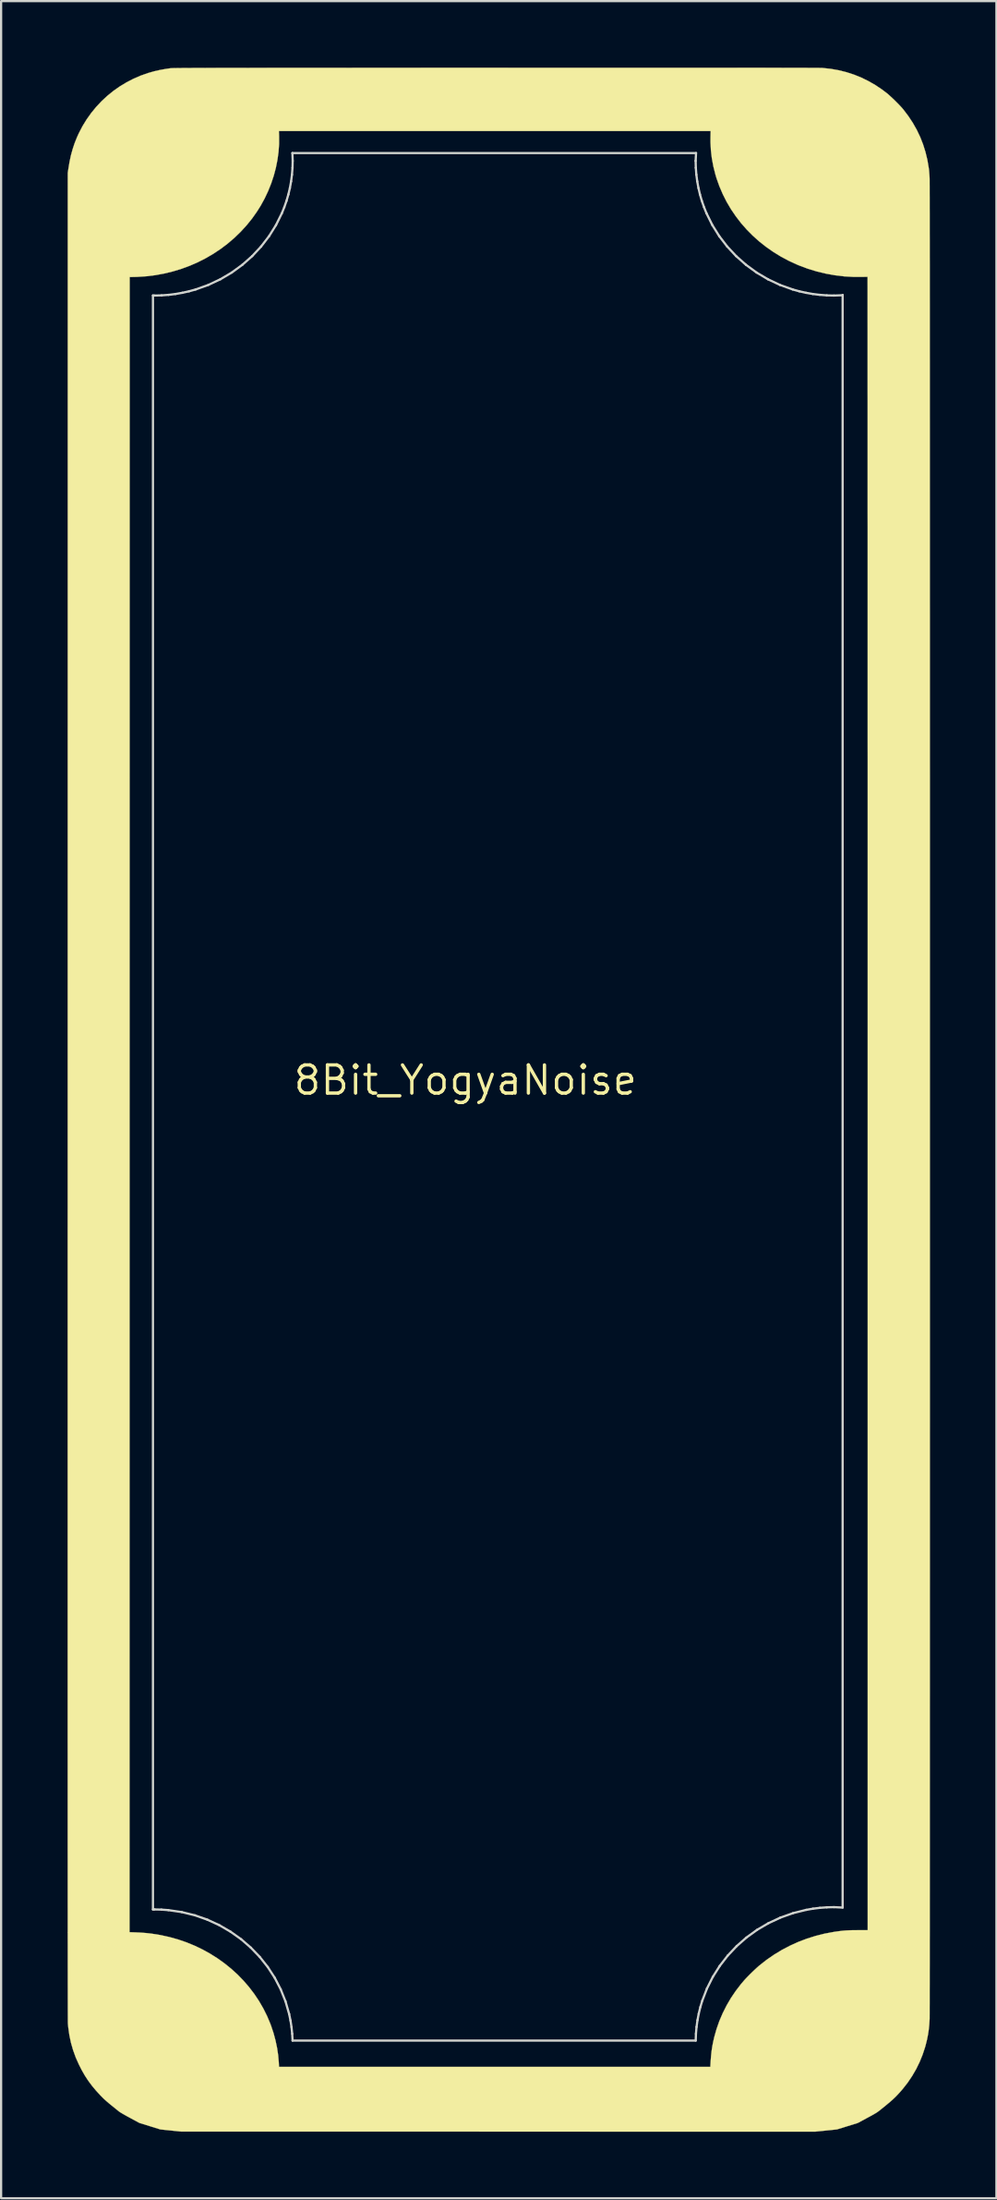
<source format=kicad_pcb>
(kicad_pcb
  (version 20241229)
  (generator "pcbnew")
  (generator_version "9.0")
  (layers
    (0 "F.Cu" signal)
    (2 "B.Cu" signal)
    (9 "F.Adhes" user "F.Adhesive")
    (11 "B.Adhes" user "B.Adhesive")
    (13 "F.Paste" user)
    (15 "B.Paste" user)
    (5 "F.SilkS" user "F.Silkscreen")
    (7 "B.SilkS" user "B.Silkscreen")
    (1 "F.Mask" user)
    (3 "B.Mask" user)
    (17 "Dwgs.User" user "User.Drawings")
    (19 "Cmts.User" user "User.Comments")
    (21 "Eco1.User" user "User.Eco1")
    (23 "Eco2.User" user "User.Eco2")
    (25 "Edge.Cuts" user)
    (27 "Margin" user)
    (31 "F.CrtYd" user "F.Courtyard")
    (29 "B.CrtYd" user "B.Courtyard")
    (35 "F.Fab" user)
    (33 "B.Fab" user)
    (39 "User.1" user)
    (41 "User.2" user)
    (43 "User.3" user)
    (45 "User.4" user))
  (footprint "8Bit_YogyaNoise"
    (layer "F.Cu")
    (at 17.961 45.672)
    (property "Reference" "8Bit_YogyaNoise" (at 0 0 0) (layer "F.SilkS") (effects (font (size 1.27 1.27) (thickness 0.15))))
    (attr through_hole)
    (fp_poly (pts (xy 8.292 -45.667) (xy 8.852 -45.667) (xy 9.389 -45.667) (xy 9.904 -45.667) (xy 10.397 -45.667) (xy 10.867 -45.667) (xy 11.315 -45.667) (xy 11.742 -45.667) (xy 12.147 -45.667) (xy 12.531 -45.666) (xy 12.894 -45.666) (xy 13.237 -45.666) (xy 13.559 -45.665) (xy 13.86 -45.665) (xy 14.142 -45.665) (xy 14.404 -45.664) (xy 14.646 -45.664) (xy 14.87 -45.664) (xy 15.074 -45.663) (xy 15.259 -45.663) (xy 15.425 -45.662) (xy 15.573 -45.661) (xy 15.704 -45.661) (xy 15.816 -45.66) (xy 15.91 -45.66) (xy 15.987 -45.659) (xy 16.047 -45.658) (xy 16.09 -45.658) (xy 16.116 -45.657) (xy 16.123 -45.656) (xy 16.489 -45.617) (xy 16.848 -45.554) (xy 17.199 -45.467) (xy 17.542 -45.356) (xy 17.875 -45.221) (xy 18.199 -45.062) (xy 18.514 -44.881) (xy 18.818 -44.676) (xy 19.025 -44.519) (xy 19.099 -44.457) (xy 19.184 -44.38) (xy 19.278 -44.293) (xy 19.376 -44.2) (xy 19.473 -44.103) (xy 19.566 -44.009) (xy 19.651 -43.919) (xy 19.723 -43.839) (xy 19.767 -43.787) (xy 19.993 -43.49) (xy 20.195 -43.184) (xy 20.374 -42.869) (xy 20.529 -42.545) (xy 20.66 -42.211) (xy 20.768 -41.867) (xy 20.854 -41.513) (xy 20.916 -41.149) (xy 20.923 -41.095) (xy 20.93 -41.03) (xy 20.937 -40.946) (xy 20.944 -40.853) (xy 20.951 -40.756) (xy 20.955 -40.669) (xy 20.955 -40.649) (xy 20.956 -40.604) (xy 20.956 -40.534) (xy 20.956 -40.439) (xy 20.957 -40.321) (xy 20.957 -40.179) (xy 20.957 -40.014) (xy 20.958 -39.826) (xy 20.958 -39.616) (xy 20.958 -39.384) (xy 20.959 -39.129) (xy 20.959 -38.854) (xy 20.959 -38.557) (xy 20.959 -38.24) (xy 20.96 -37.902) (xy 20.96 -37.545) (xy 20.96 -37.168) (xy 20.961 -36.771) (xy 20.961 -36.356) (xy 20.961 -35.923) (xy 20.961 -35.471) (xy 20.962 -35.002) (xy 20.962 -34.515) (xy 20.962 -34.011) (xy 20.962 -33.491) (xy 20.962 -32.954) (xy 20.963 -32.402) (xy 20.963 -31.834) (xy 20.963 -31.25) (xy 20.963 -30.652) (xy 20.963 -30.04) (xy 20.964 -29.413) (xy 20.964 -28.773) (xy 20.964 -28.119) (xy 20.964 -27.452) (xy 20.964 -26.773) (xy 20.965 -26.082) (xy 20.965 -25.378) (xy 20.965 -24.663) (xy 20.965 -23.937) (xy 20.965 -23.2) (xy 20.965 -22.453) (xy 20.965 -21.695) (xy 20.966 -20.928) (xy 20.966 -20.152) (xy 20.966 -19.366) (xy 20.966 -18.572) (xy 20.966 -17.77) (xy 20.966 -16.96) (xy 20.966 -16.142) (xy 20.966 -15.318) (xy 20.966 -14.486) (xy 20.967 -13.648) (xy 20.967 -12.804) (xy 20.967 -11.954) (xy 20.967 -11.099) (xy 20.967 -10.239) (xy 20.967 -9.375) (xy 20.967 -8.506) (xy 20.967 -7.633) (xy 20.967 -6.757) (xy 20.967 -5.878) (xy 20.967 -4.996) (xy 20.967 -4.112) (xy 20.967 -3.225) (xy 20.967 -2.337) (xy 20.967 -1.448) (xy 20.967 -0.557) (xy 20.967 0.334) (xy 20.967 1.225) (xy 20.967 2.116) (xy 20.967 3.006) (xy 20.967 3.896) (xy 20.967 4.784) (xy 20.967 5.671) (xy 20.967 6.555) (xy 20.967 7.438) (xy 20.967 8.317) (xy 20.967 9.194) (xy 20.967 10.067) (xy 20.967 10.936) (xy 20.967 11.802) (xy 20.967 12.662) (xy 20.967 13.518) (xy 20.967 14.368) (xy 20.967 15.213) (xy 20.966 16.052) (xy 20.966 16.884) (xy 20.966 17.71) (xy 20.966 18.528) (xy 20.966 19.34) (xy 20.966 20.143) (xy 20.966 20.938) (xy 20.966 21.725) (xy 20.966 22.502) (xy 20.965 23.271) (xy 20.965 24.029) (xy 20.965 24.778) (xy 20.965 25.516) (xy 20.965 26.244) (xy 20.965 26.96) (xy 20.965 27.665) (xy 20.964 28.358) (xy 20.964 29.039) (xy 20.964 29.707) (xy 20.964 30.363) (xy 20.964 31.005) (xy 20.964 31.633) (xy 20.963 32.248) (xy 20.963 32.848) (xy 20.963 33.433) (xy 20.963 34.003) (xy 20.963 34.557) (xy 20.962 35.096) (xy 20.962 35.619) (xy 20.962 36.125) (xy 20.962 36.614) (xy 20.961 37.085) (xy 20.961 37.539) (xy 20.961 37.975) (xy 20.961 38.393) (xy 20.96 38.791) (xy 20.96 39.171) (xy 20.96 39.531) (xy 20.96 39.871) (xy 20.959 40.191) (xy 20.959 40.49) (xy 20.959 40.769) (xy 20.958 41.026) (xy 20.958 41.261) (xy 20.958 41.474) (xy 20.958 41.665) (xy 20.957 41.833) (xy 20.957 41.978) (xy 20.957 42.099) (xy 20.956 42.197) (xy 20.956 42.27) (xy 20.956 42.319) (xy 20.955 42.342) (xy 20.955 42.343) (xy 20.94 42.594) (xy 20.916 42.827) (xy 20.882 43.051) (xy 20.838 43.272) (xy 20.782 43.499) (xy 20.749 43.618) (xy 20.638 43.954) (xy 20.504 44.283) (xy 20.347 44.603) (xy 20.168 44.911) (xy 19.969 45.207) (xy 19.75 45.487) (xy 19.648 45.606) (xy 19.576 45.685) (xy 19.511 45.756) (xy 19.448 45.822) (xy 19.385 45.884) (xy 19.32 45.946) (xy 19.249 46.01) (xy 19.171 46.079) (xy 19.081 46.154) (xy 18.979 46.239) (xy 18.86 46.336) (xy 18.802 46.382) (xy 18.743 46.43) (xy 18.692 46.47) (xy 18.647 46.504) (xy 18.604 46.536) (xy 18.559 46.566) (xy 18.51 46.596) (xy 18.453 46.629) (xy 18.386 46.668) (xy 18.304 46.713) (xy 18.204 46.767) (xy 18.144 46.799) (xy 17.715 47.031) (xy 17.243 47.177) (xy 16.771 47.322) (xy 16.282 47.372) (xy 15.792 47.422) (xy -12.833 47.419) (xy -13.773 47.322) (xy -14.719 47.029) (xy -15.148 46.797) (xy -15.263 46.735) (xy -15.368 46.676) (xy -15.46 46.624) (xy -15.536 46.579) (xy -15.595 46.542) (xy -15.635 46.516) (xy -15.646 46.507) (xy -15.679 46.48) (xy -15.727 46.441) (xy -15.786 46.393) (xy -15.85 46.341) (xy -15.907 46.296) (xy -16.014 46.209) (xy -16.106 46.134) (xy -16.184 46.067) (xy -16.254 46.005) (xy -16.32 45.945) (xy -16.384 45.882) (xy -16.452 45.813) (xy -16.477 45.788) (xy -16.681 45.566) (xy -16.864 45.346) (xy -17.03 45.122) (xy -17.182 44.89) (xy -17.323 44.643) (xy -17.448 44.398) (xy -17.592 44.075) (xy -17.71 43.749) (xy -17.806 43.417) (xy -17.878 43.078) (xy -17.928 42.728) (xy -17.945 42.545) (xy -17.945 42.532) (xy -17.946 42.504) (xy -17.946 42.462) (xy -17.947 42.404) (xy -17.947 42.332) (xy -17.947 42.244) (xy -17.948 42.141) (xy -17.948 42.023) (xy -17.949 41.889) (xy -17.949 41.738) (xy -17.949 41.572) (xy -17.95 41.39) (xy -17.95 41.192) (xy -17.95 40.976) (xy -17.951 40.745) (xy -17.951 40.496) (xy -17.951 40.231) (xy -17.952 39.948) (xy -17.952 39.648) (xy -17.952 39.33) (xy -17.952 38.995) (xy -17.953 38.642) (xy -17.953 38.426) (xy -15.164 38.426) (xy -14.9 38.435) (xy -14.648 38.447) (xy -14.411 38.465) (xy -14.182 38.491) (xy -13.951 38.525) (xy -13.76 38.558) (xy -13.361 38.646) (xy -12.971 38.755) (xy -12.591 38.885) (xy -12.222 39.037) (xy -11.865 39.208) (xy -11.52 39.399) (xy -11.189 39.608) (xy -10.872 39.835) (xy -10.57 40.079) (xy -10.284 40.339) (xy -10.015 40.616) (xy -9.764 40.907) (xy -9.531 41.213) (xy -9.318 41.532) (xy -9.125 41.865) (xy -8.953 42.21) (xy -8.803 42.566) (xy -8.769 42.659) (xy -8.661 42.983) (xy -8.573 43.312) (xy -8.503 43.644) (xy -8.454 43.973) (xy -8.426 44.294) (xy -8.424 44.326) (xy -8.416 44.501) (xy 11.057 44.501) (xy 11.072 44.237) (xy 11.089 44.011) (xy 11.111 43.802) (xy 11.141 43.6) (xy 11.179 43.398) (xy 11.227 43.186) (xy 11.233 43.161) (xy 11.337 42.793) (xy 11.464 42.431) (xy 11.616 42.077) (xy 11.79 41.732) (xy 11.985 41.398) (xy 12.203 41.076) (xy 12.44 40.767) (xy 12.586 40.596) (xy 12.66 40.515) (xy 12.748 40.423) (xy 12.845 40.325) (xy 12.947 40.225) (xy 13.049 40.128) (xy 13.146 40.038) (xy 13.233 39.96) (xy 13.272 39.927) (xy 13.595 39.673) (xy 13.933 39.44) (xy 14.285 39.227) (xy 14.65 39.036) (xy 15.025 38.866) (xy 15.412 38.719) (xy 15.807 38.595) (xy 16.211 38.493) (xy 16.622 38.416) (xy 16.726 38.4) (xy 16.857 38.382) (xy 16.975 38.368) (xy 17.086 38.356) (xy 17.194 38.348) (xy 17.306 38.342) (xy 17.427 38.338) (xy 17.561 38.336) (xy 17.715 38.335) (xy 17.732 38.335) (xy 18.161 38.335) (xy 18.161 1.053) (xy 18.161 0.079) (xy 18.161 -0.889) (xy 18.161 -1.852) (xy 18.161 -2.807) (xy 18.161 -3.756) (xy 18.161 -4.697) (xy 18.161 -5.631) (xy 18.161 -6.557) (xy 18.161 -7.475) (xy 18.161 -8.384) (xy 18.161 -9.285) (xy 18.161 -10.176) (xy 18.161 -11.059) (xy 18.161 -11.931) (xy 18.161 -12.793) (xy 18.161 -13.645) (xy 18.161 -14.487) (xy 18.16 -15.317) (xy 18.16 -16.136) (xy 18.16 -16.944) (xy 18.16 -17.739) (xy 18.16 -18.523) (xy 18.16 -19.293) (xy 18.16 -20.051) (xy 18.16 -20.796) (xy 18.16 -21.527) (xy 18.16 -22.245) (xy 18.16 -22.948) (xy 18.16 -23.637) (xy 18.16 -24.311) (xy 18.16 -24.971) (xy 18.159 -25.614) (xy 18.159 -26.242) (xy 18.159 -26.854) (xy 18.159 -27.45) (xy 18.159 -28.029) (xy 18.159 -28.592) (xy 18.159 -29.136) (xy 18.159 -29.664) (xy 18.159 -30.173) (xy 18.159 -30.665) (xy 18.158 -31.137) (xy 18.158 -31.591) (xy 18.158 -32.026) (xy 18.158 -32.442) (xy 18.158 -32.837) (xy 18.158 -33.213) (xy 18.158 -33.568) (xy 18.158 -33.902) (xy 18.157 -34.216) (xy 18.157 -34.508) (xy 18.157 -34.778) (xy 18.157 -35.027) (xy 18.157 -35.253) (xy 18.157 -35.456) (xy 18.157 -35.637) (xy 18.157 -35.794) (xy 18.156 -35.928) (xy 18.156 -36.039) (xy 18.156 -36.124) (xy 18.156 -36.186) (xy 18.156 -36.223) (xy 18.156 -36.234) (xy 18.142 -36.236) (xy 18.107 -36.236) (xy 18.056 -36.236) (xy 17.992 -36.234) (xy 17.943 -36.233) (xy 17.521 -36.233) (xy 17.1 -36.257) (xy 16.682 -36.307) (xy 16.269 -36.381) (xy 15.861 -36.479) (xy 15.46 -36.601) (xy 15.067 -36.748) (xy 14.954 -36.795) (xy 14.586 -36.965) (xy 14.231 -37.155) (xy 13.891 -37.365) (xy 13.566 -37.592) (xy 13.258 -37.836) (xy 12.967 -38.097) (xy 12.694 -38.373) (xy 12.439 -38.664) (xy 12.204 -38.97) (xy 11.988 -39.288) (xy 11.792 -39.62) (xy 11.619 -39.963) (xy 11.467 -40.316) (xy 11.337 -40.68) (xy 11.286 -40.851) (xy 11.193 -41.218) (xy 11.125 -41.583) (xy 11.082 -41.948) (xy 11.064 -42.313) (xy 11.065 -42.523) (xy 11.071 -42.812) (xy -8.42 -42.812) (xy -8.412 -42.58) (xy -8.412 -42.227) (xy -8.437 -41.871) (xy -8.486 -41.514) (xy -8.557 -41.157) (xy -8.651 -40.802) (xy -8.767 -40.452) (xy -8.905 -40.108) (xy -9.063 -39.773) (xy -9.241 -39.448) (xy -9.405 -39.186) (xy -9.634 -38.862) (xy -9.883 -38.555) (xy -10.15 -38.264) (xy -10.434 -37.99) (xy -10.734 -37.734) (xy -11.049 -37.496) (xy -11.378 -37.277) (xy -11.721 -37.077) (xy -12.075 -36.897) (xy -12.441 -36.737) (xy -12.818 -36.598) (xy -13.203 -36.481) (xy -13.597 -36.385) (xy -13.998 -36.311) (xy -14.406 -36.261) (xy -14.819 -36.234) (xy -14.973 -36.23) (xy -15.157 -36.227) (xy -15.161 1.1) (xy -15.164 38.426) (xy -17.953 38.426) (xy -17.953 38.271) (xy -17.953 37.882) (xy -17.953 37.475) (xy -17.954 37.049) (xy -17.954 36.604) (xy -17.954 36.141) (xy -17.954 35.659) (xy -17.954 35.158) (xy -17.955 34.637) (xy -17.955 34.097) (xy -17.955 33.538) (xy -17.955 32.958) (xy -17.955 32.359) (xy -17.955 31.74) (xy -17.955 31.1) (xy -17.955 30.44) (xy -17.956 29.76) (xy -17.956 29.058) (xy -17.956 28.336) (xy -17.956 27.593) (xy -17.956 26.829) (xy -17.956 26.043) (xy -17.956 25.235) (xy -17.956 24.406) (xy -17.956 23.555) (xy -17.956 22.682) (xy -17.956 21.787) (xy -17.956 20.87) (xy -17.956 19.93) (xy -17.956 18.967) (xy -17.956 17.981) (xy -17.956 16.973) (xy -17.956 15.941) (xy -17.956 14.886) (xy -17.956 13.808) (xy -17.956 12.705) (xy -17.956 11.579) (xy -17.956 10.429) (xy -17.956 9.255) (xy -17.956 8.057) (xy -17.956 6.834) (xy -17.955 5.586) (xy -17.955 4.314) (xy -17.955 3.016) (xy -17.955 1.694) (xy -17.955 0.718) (xy -17.951 -40.926) (xy -17.923 -41.116) (xy -17.871 -41.425) (xy -17.809 -41.716) (xy -17.733 -41.991) (xy -17.645 -42.257) (xy -17.541 -42.518) (xy -17.451 -42.716) (xy -17.285 -43.035) (xy -17.098 -43.339) (xy -16.891 -43.629) (xy -16.666 -43.903) (xy -16.424 -44.16) (xy -16.165 -44.401) (xy -15.89 -44.623) (xy -15.601 -44.826) (xy -15.298 -45.009) (xy -14.983 -45.171) (xy -14.657 -45.312) (xy -14.32 -45.43) (xy -14.037 -45.51) (xy -13.799 -45.564) (xy -13.549 -45.609) (xy -13.341 -45.64) (xy -13.332 -45.641) (xy -13.321 -45.642) (xy -13.308 -45.643) (xy -13.293 -45.644) (xy -13.275 -45.645) (xy -13.255 -45.646) (xy -13.231 -45.647) (xy -13.202 -45.648) (xy -13.17 -45.649) (xy -13.132 -45.649) (xy -13.09 -45.65) (xy -13.041 -45.651) (xy -12.987 -45.652) (xy -12.926 -45.653) (xy -12.858 -45.653) (xy -12.782 -45.654) (xy -12.698 -45.654) (xy -12.607 -45.655) (xy -12.506 -45.656) (xy -12.396 -45.656) (xy -12.277 -45.657) (xy -12.147 -45.657) (xy -12.007 -45.658) (xy -11.856 -45.658) (xy -11.694 -45.659) (xy -11.519 -45.659) (xy -11.333 -45.659) (xy -11.134 -45.66) (xy -10.921 -45.66) (xy -10.695 -45.661) (xy -10.455 -45.661) (xy -10.201 -45.661) (xy -9.931 -45.661) (xy -9.647 -45.662) (xy -9.346 -45.662) (xy -9.03 -45.662) (xy -8.696 -45.663) (xy -8.346 -45.663) (xy -7.978 -45.663) (xy -7.592 -45.663) (xy -7.188 -45.664) (xy -6.764 -45.664) (xy -6.322 -45.664) (xy -5.86 -45.664) (xy -5.378 -45.664) (xy -4.875 -45.665) (xy -4.351 -45.665) (xy -3.806 -45.665) (xy -3.238 -45.665) (xy -2.649 -45.665) (xy -2.036 -45.665) (xy -1.401 -45.666) (xy -0.742 -45.666) (xy -0.058 -45.666) (xy 0.65 -45.666) (xy 1.382 -45.666) (xy 1.384 -45.666) (xy 2.186 -45.667) (xy 2.962 -45.667) (xy 3.713 -45.667) (xy 4.439 -45.667) (xy 5.141 -45.667) (xy 5.819 -45.667) (xy 6.472 -45.667) (xy 7.102 -45.667) (xy 7.709 -45.667) (xy 8.292 -45.667)) (stroke (width 0.01) (type solid)) (fill yes) (layer "F.SilkS"))
    (fp_line (start -14.106 -35.396) (end -14.106 37.403) (stroke (width 0.1) (type solid)) (layer "Edge.Cuts"))
    (fp_line (start -14.106 37.403) (end -14.038 37.4) (stroke (width 0.1) (type solid)) (layer "Edge.Cuts"))
    (fp_line (start -14.038 -35.392) (end -14.106 -35.396) (stroke (width 0.1) (type solid)) (layer "Edge.Cuts"))
    (fp_line (start -14.038 37.4) (end -13.723 37.408) (stroke (width 0.1) (type solid)) (layer "Edge.Cuts"))
    (fp_line (start -13.723 37.408) (end -13.412 37.431) (stroke (width 0.1) (type solid)) (layer "Edge.Cuts"))
    (fp_line (start -13.717 -35.4) (end -14.038 -35.392) (stroke (width 0.1) (type solid)) (layer "Edge.Cuts"))
    (fp_line (start -13.412 37.431) (end -12.803 37.52) (stroke (width 0.1) (type solid)) (layer "Edge.Cuts"))
    (fp_line (start -13.4 -35.423) (end -13.717 -35.4) (stroke (width 0.1) (type solid)) (layer "Edge.Cuts"))
    (fp_line (start -13.088 -35.462) (end -13.4 -35.423) (stroke (width 0.1) (type solid)) (layer "Edge.Cuts"))
    (fp_line (start -12.803 37.52) (end -12.214 37.665) (stroke (width 0.1) (type solid)) (layer "Edge.Cuts"))
    (fp_line (start -12.78 -35.516) (end -13.088 -35.462) (stroke (width 0.1) (type solid)) (layer "Edge.Cuts"))
    (fp_line (start -12.478 -35.583) (end -12.78 -35.516) (stroke (width 0.1) (type solid)) (layer "Edge.Cuts"))
    (fp_line (start -12.214 37.665) (end -11.65 37.862) (stroke (width 0.1) (type solid)) (layer "Edge.Cuts"))
    (fp_line (start -12.182 -35.665) (end -12.478 -35.583) (stroke (width 0.1) (type solid)) (layer "Edge.Cuts"))
    (fp_line (start -11.65 37.862) (end -11.111 38.11) (stroke (width 0.1) (type solid)) (layer "Edge.Cuts"))
    (fp_line (start -11.609 -35.869) (end -12.182 -35.665) (stroke (width 0.1) (type solid)) (layer "Edge.Cuts"))
    (fp_line (start -11.111 38.11) (end -10.603 38.405) (stroke (width 0.1) (type solid)) (layer "Edge.Cuts"))
    (fp_line (start -11.064 -36.125) (end -11.609 -35.869) (stroke (width 0.1) (type solid)) (layer "Edge.Cuts"))
    (fp_line (start -10.603 38.405) (end -10.126 38.744) (stroke (width 0.1) (type solid)) (layer "Edge.Cuts"))
    (fp_line (start -10.549 -36.429) (end -11.064 -36.125) (stroke (width 0.1) (type solid)) (layer "Edge.Cuts"))
    (fp_line (start -10.126 38.744) (end -9.686 39.125) (stroke (width 0.1) (type solid)) (layer "Edge.Cuts"))
    (fp_line (start -10.069 -36.779) (end -10.549 -36.429) (stroke (width 0.1) (type solid)) (layer "Edge.Cuts"))
    (fp_line (start -9.686 39.125) (end -9.284 39.544) (stroke (width 0.1) (type solid)) (layer "Edge.Cuts"))
    (fp_line (start -9.626 -37.171) (end -10.069 -36.779) (stroke (width 0.1) (type solid)) (layer "Edge.Cuts"))
    (fp_line (start -9.284 39.544) (end -8.923 39.999) (stroke (width 0.1) (type solid)) (layer "Edge.Cuts"))
    (fp_line (start -9.223 -37.603) (end -9.626 -37.171) (stroke (width 0.1) (type solid)) (layer "Edge.Cuts"))
    (fp_line (start -8.923 39.999) (end -8.607 40.486) (stroke (width 0.1) (type solid)) (layer "Edge.Cuts"))
    (fp_line (start -8.864 -38.07) (end -9.223 -37.603) (stroke (width 0.1) (type solid)) (layer "Edge.Cuts"))
    (fp_line (start -8.607 40.486) (end -8.339 41.004) (stroke (width 0.1) (type solid)) (layer "Edge.Cuts"))
    (fp_line (start -8.551 -38.571) (end -8.864 -38.07) (stroke (width 0.1) (type solid)) (layer "Edge.Cuts"))
    (fp_line (start -8.339 41.004) (end -8.122 41.548) (stroke (width 0.1) (type solid)) (layer "Edge.Cuts"))
    (fp_line (start -8.288 -39.102) (end -8.551 -38.571) (stroke (width 0.1) (type solid)) (layer "Edge.Cuts"))
    (fp_line (start -8.176 -39.378) (end -8.288 -39.102) (stroke (width 0.1) (type solid)) (layer "Edge.Cuts"))
    (fp_line (start -8.122 41.548) (end -7.958 42.117) (stroke (width 0.1) (type solid)) (layer "Edge.Cuts"))
    (fp_line (start -8.078 -39.66) (end -8.176 -39.378) (stroke (width 0.1) (type solid)) (layer "Edge.Cuts"))
    (fp_line (start -7.994 -39.948) (end -8.078 -39.66) (stroke (width 0.1) (type solid)) (layer "Edge.Cuts"))
    (fp_line (start -7.958 42.117) (end -7.897 42.41) (stroke (width 0.1) (type solid)) (layer "Edge.Cuts"))
    (fp_line (start -7.924 -40.242) (end -7.994 -39.948) (stroke (width 0.1) (type solid)) (layer "Edge.Cuts"))
    (fp_line (start -7.897 42.41) (end -7.851 42.707) (stroke (width 0.1) (type solid)) (layer "Edge.Cuts"))
    (fp_line (start -7.87 -40.541) (end -7.924 -40.242) (stroke (width 0.1) (type solid)) (layer "Edge.Cuts"))
    (fp_line (start -7.851 42.707) (end -7.82 43.01) (stroke (width 0.1) (type solid)) (layer "Edge.Cuts"))
    (fp_line (start -7.83 -40.845) (end -7.87 -40.541) (stroke (width 0.1) (type solid)) (layer "Edge.Cuts"))
    (fp_line (start -7.82 43.01) (end -7.803 43.316) (stroke (width 0.1) (type solid)) (layer "Edge.Cuts"))
    (fp_line (start -7.811 -41.818) (end -7.798 -41.467) (stroke (width 0.1) (type solid)) (layer "Edge.Cuts"))
    (fp_line (start -7.806 -41.154) (end -7.83 -40.845) (stroke (width 0.1) (type solid)) (layer "Edge.Cuts"))
    (fp_line (start -7.803 43.316) (end 10.396 43.316) (stroke (width 0.1) (type solid)) (layer "Edge.Cuts"))
    (fp_line (start -7.798 -41.467) (end -7.806 -41.154) (stroke (width 0.1) (type solid)) (layer "Edge.Cuts"))
    (fp_line (start 10.393 -41.467) (end 10.411 -41.818) (stroke (width 0.1) (type solid)) (layer "Edge.Cuts"))
    (fp_line (start 10.396 43.316) (end 10.407 43.006) (stroke (width 0.1) (type solid)) (layer "Edge.Cuts"))
    (fp_line (start 10.401 -41.154) (end 10.393 -41.467) (stroke (width 0.1) (type solid)) (layer "Edge.Cuts"))
    (fp_line (start 10.407 43.006) (end 10.434 42.699) (stroke (width 0.1) (type solid)) (layer "Edge.Cuts"))
    (fp_line (start 10.411 -41.818) (end -7.811 -41.818) (stroke (width 0.1) (type solid)) (layer "Edge.Cuts"))
    (fp_line (start 10.425 -40.845) (end 10.401 -41.154) (stroke (width 0.1) (type solid)) (layer "Edge.Cuts"))
    (fp_line (start 10.434 42.699) (end 10.476 42.398) (stroke (width 0.1) (type solid)) (layer "Edge.Cuts"))
    (fp_line (start 10.465 -40.541) (end 10.425 -40.845) (stroke (width 0.1) (type solid)) (layer "Edge.Cuts"))
    (fp_line (start 10.476 42.398) (end 10.533 42.101) (stroke (width 0.1) (type solid)) (layer "Edge.Cuts"))
    (fp_line (start 10.52 -40.242) (end 10.465 -40.541) (stroke (width 0.1) (type solid)) (layer "Edge.Cuts"))
    (fp_line (start 10.533 42.101) (end 10.604 41.809) (stroke (width 0.1) (type solid)) (layer "Edge.Cuts"))
    (fp_line (start 10.589 -39.948) (end 10.52 -40.242) (stroke (width 0.1) (type solid)) (layer "Edge.Cuts"))
    (fp_line (start 10.604 41.809) (end 10.69 41.523) (stroke (width 0.1) (type solid)) (layer "Edge.Cuts"))
    (fp_line (start 10.673 -39.66) (end 10.589 -39.948) (stroke (width 0.1) (type solid)) (layer "Edge.Cuts"))
    (fp_line (start 10.69 41.523) (end 10.903 40.97) (stroke (width 0.1) (type solid)) (layer "Edge.Cuts"))
    (fp_line (start 10.772 -39.378) (end 10.673 -39.66) (stroke (width 0.1) (type solid)) (layer "Edge.Cuts"))
    (fp_line (start 10.883 -39.102) (end 10.772 -39.378) (stroke (width 0.1) (type solid)) (layer "Edge.Cuts"))
    (fp_line (start 10.903 40.97) (end 11.167 40.444) (stroke (width 0.1) (type solid)) (layer "Edge.Cuts"))
    (fp_line (start 11.146 -38.571) (end 10.883 -39.102) (stroke (width 0.1) (type solid)) (layer "Edge.Cuts"))
    (fp_line (start 11.167 40.444) (end 11.481 39.948) (stroke (width 0.1) (type solid)) (layer "Edge.Cuts"))
    (fp_line (start 11.459 -38.07) (end 11.146 -38.571) (stroke (width 0.1) (type solid)) (layer "Edge.Cuts"))
    (fp_line (start 11.481 39.948) (end 11.841 39.484) (stroke (width 0.1) (type solid)) (layer "Edge.Cuts"))
    (fp_line (start 11.818 -37.603) (end 11.459 -38.07) (stroke (width 0.1) (type solid)) (layer "Edge.Cuts"))
    (fp_line (start 11.841 39.484) (end 12.243 39.057) (stroke (width 0.1) (type solid)) (layer "Edge.Cuts"))
    (fp_line (start 12.221 -37.171) (end 11.818 -37.603) (stroke (width 0.1) (type solid)) (layer "Edge.Cuts"))
    (fp_line (start 12.243 39.057) (end 12.685 38.669) (stroke (width 0.1) (type solid)) (layer "Edge.Cuts"))
    (fp_line (start 12.664 -36.779) (end 12.221 -37.171) (stroke (width 0.1) (type solid)) (layer "Edge.Cuts"))
    (fp_line (start 12.685 38.669) (end 13.164 38.323) (stroke (width 0.1) (type solid)) (layer "Edge.Cuts"))
    (fp_line (start 13.144 -36.429) (end 12.664 -36.779) (stroke (width 0.1) (type solid)) (layer "Edge.Cuts"))
    (fp_line (start 13.164 38.323) (end 13.677 38.022) (stroke (width 0.1) (type solid)) (layer "Edge.Cuts"))
    (fp_line (start 13.659 -36.125) (end 13.144 -36.429) (stroke (width 0.1) (type solid)) (layer "Edge.Cuts"))
    (fp_line (start 13.677 38.022) (end 14.219 37.769) (stroke (width 0.1) (type solid)) (layer "Edge.Cuts"))
    (fp_line (start 14.204 -35.869) (end 13.659 -36.125) (stroke (width 0.1) (type solid)) (layer "Edge.Cuts"))
    (fp_line (start 14.219 37.769) (end 14.79 37.567) (stroke (width 0.1) (type solid)) (layer "Edge.Cuts"))
    (fp_line (start 14.777 -35.665) (end 14.204 -35.869) (stroke (width 0.1) (type solid)) (layer "Edge.Cuts"))
    (fp_line (start 14.79 37.567) (end 15.384 37.419) (stroke (width 0.1) (type solid)) (layer "Edge.Cuts"))
    (fp_line (start 15.074 -35.583) (end 14.777 -35.665) (stroke (width 0.1) (type solid)) (layer "Edge.Cuts"))
    (fp_line (start 15.375 -35.516) (end 15.074 -35.583) (stroke (width 0.1) (type solid)) (layer "Edge.Cuts"))
    (fp_line (start 15.384 37.419) (end 15.69 37.366) (stroke (width 0.1) (type solid)) (layer "Edge.Cuts"))
    (fp_line (start 15.683 -35.462) (end 15.375 -35.516) (stroke (width 0.1) (type solid)) (layer "Edge.Cuts"))
    (fp_line (start 15.69 37.366) (end 16 37.328) (stroke (width 0.1) (type solid)) (layer "Edge.Cuts"))
    (fp_line (start 15.995 -35.424) (end 15.683 -35.462) (stroke (width 0.1) (type solid)) (layer "Edge.Cuts"))
    (fp_line (start 16 37.328) (end 16.315 37.305) (stroke (width 0.1) (type solid)) (layer "Edge.Cuts"))
    (fp_line (start 16.312 -35.4) (end 15.995 -35.424) (stroke (width 0.1) (type solid)) (layer "Edge.Cuts"))
    (fp_line (start 16.315 37.305) (end 16.634 37.297) (stroke (width 0.1) (type solid)) (layer "Edge.Cuts"))
    (fp_line (start 16.633 -35.392) (end 16.312 -35.4) (stroke (width 0.1) (type solid)) (layer "Edge.Cuts"))
    (fp_line (start 16.634 37.297) (end 17.029 37.316) (stroke (width 0.1) (type solid)) (layer "Edge.Cuts"))
    (fp_line (start 17.028 -35.406) (end 16.633 -35.392) (stroke (width 0.1) (type solid)) (layer "Edge.Cuts"))
    (fp_line (start 17.028 -35.406) (end 17.028 -35.406) (stroke (width 0.1) (type solid)) (layer "Edge.Cuts"))
    (fp_line (start 17.029 -35.407) (end 17.028 -35.406) (stroke (width 0.1) (type solid)) (layer "Edge.Cuts"))
    (fp_line (start 17.029 37.316) (end 17.029 -35.407) (stroke (width 0.1) (type solid)) (layer "Edge.Cuts")))
  (gr_rect
    (start -3 -3)
    (end 41.933 96.099)
    (stroke (width 0.1) (type default))
    (fill no)
    (layer "Edge.Cuts")))
</source>
